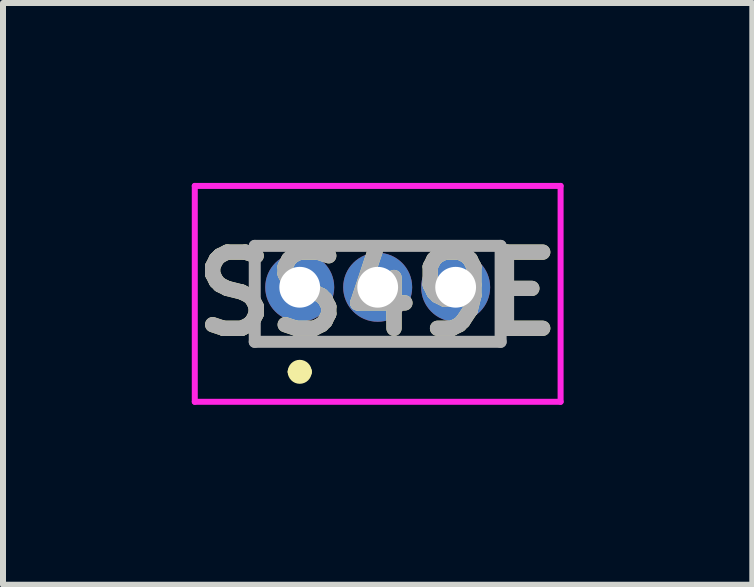
<source format=kicad_pcb>
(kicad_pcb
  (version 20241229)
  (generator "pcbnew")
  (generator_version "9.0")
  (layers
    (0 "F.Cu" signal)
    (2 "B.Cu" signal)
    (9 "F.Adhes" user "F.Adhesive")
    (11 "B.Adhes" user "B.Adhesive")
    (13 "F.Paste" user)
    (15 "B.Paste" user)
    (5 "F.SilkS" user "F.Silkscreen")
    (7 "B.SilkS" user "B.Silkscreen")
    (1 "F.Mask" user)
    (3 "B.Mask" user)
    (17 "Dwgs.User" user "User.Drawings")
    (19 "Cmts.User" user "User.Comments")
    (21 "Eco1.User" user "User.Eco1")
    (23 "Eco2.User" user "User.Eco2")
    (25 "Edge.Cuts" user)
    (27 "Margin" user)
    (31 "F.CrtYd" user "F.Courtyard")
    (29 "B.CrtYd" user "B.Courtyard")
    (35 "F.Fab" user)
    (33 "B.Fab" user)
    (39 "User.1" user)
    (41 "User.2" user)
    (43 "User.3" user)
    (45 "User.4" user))
  (footprint "SS49E"
    (layer "F.Cu")
    (at 1.948 1.75)
    (property "Reference" "SS49E" (at 1.3 0.1 0) (layer "F.SilkS") (effects (font (size 1.27 1.27) (thickness 0.254))))
    (attr through_hole)
    (fp_line (start -0.75 -0.7) (end -0.75 0.9) (stroke (width 0.1) (type solid)) (layer "F.SilkS"))
    (fp_line (start -0.75 0.9) (end 3.35 0.9) (stroke (width 0.1) (type solid)) (layer "F.SilkS"))
    (fp_line (start -0.4 -0.7) (end -0.75 -0.7) (stroke (width 0.1) (type solid)) (layer "F.SilkS"))
    (fp_line (start -0.1 1.4) (end -0.1 1.4) (stroke (width 0.2) (type solid)) (layer "F.SilkS"))
    (fp_line (start 0.1 1.4) (end 0.1 1.4) (stroke (width 0.2) (type solid)) (layer "F.SilkS"))
    (fp_line (start 3.35 -0.7) (end 3 -0.7) (stroke (width 0.1) (type solid)) (layer "F.SilkS"))
    (fp_line (start 3.35 0.9) (end 3.35 -0.7) (stroke (width 0.1) (type solid)) (layer "F.SilkS"))
    (fp_arc (start -0.1 1.4) (mid 0 1.3) (end 0.1 1.4) (stroke (width 0.2) (type solid)) (layer "F.SilkS"))
    (fp_arc (start 0.1 1.4) (mid 0 1.5) (end -0.1 1.4) (stroke (width 0.2) (type solid)) (layer "F.SilkS"))
    (fp_line (start -1.75 -1.7) (end 4.35 -1.7) (stroke (width 0.1) (type solid)) (layer "F.CrtYd"))
    (fp_line (start -1.75 1.9) (end -1.75 -1.7) (stroke (width 0.1) (type solid)) (layer "F.CrtYd"))
    (fp_line (start 4.35 -1.7) (end 4.35 1.9) (stroke (width 0.1) (type solid)) (layer "F.CrtYd"))
    (fp_line (start 4.35 1.9) (end -1.75 1.9) (stroke (width 0.1) (type solid)) (layer "F.CrtYd"))
    (fp_line (start -0.75 -0.7) (end 3.35 -0.7) (stroke (width 0.2) (type solid)) (layer "F.Fab"))
    (fp_line (start -0.75 0.9) (end -0.75 -0.7) (stroke (width 0.2) (type solid)) (layer "F.Fab"))
    (fp_line (start 3.35 -0.7) (end 3.35 0.9) (stroke (width 0.2) (type solid)) (layer "F.Fab"))
    (fp_line (start 3.35 0.9) (end -0.75 0.9) (stroke (width 0.2) (type solid)) (layer "F.Fab"))
    (fp_text user "${REFERENCE}" (at 1.3 0.1 0) (layer "F.Fab") (effects (font (size 1.27 1.27) (thickness 0.254))))
    (pad "1" thru_hole circle (at 0 -0.01) (size 1.15 1.15) (drill 0.68) (layers "*.Cu" "*.Mask"))
    (pad "2" thru_hole circle (at 1.3 -0.01) (size 1.15 1.15) (drill 0.68) (layers "*.Cu" "*.Mask"))
    (pad "3" thru_hole circle (at 2.6 -0.01) (size 1.15 1.15) (drill 0.68) (layers "*.Cu" "*.Mask")))
  (gr_rect
    (start -3 -3)
    (end 9.495 6.7)
    (stroke (width 0.1) (type default))
    (fill no)
    (layer "Edge.Cuts")))
</source>
